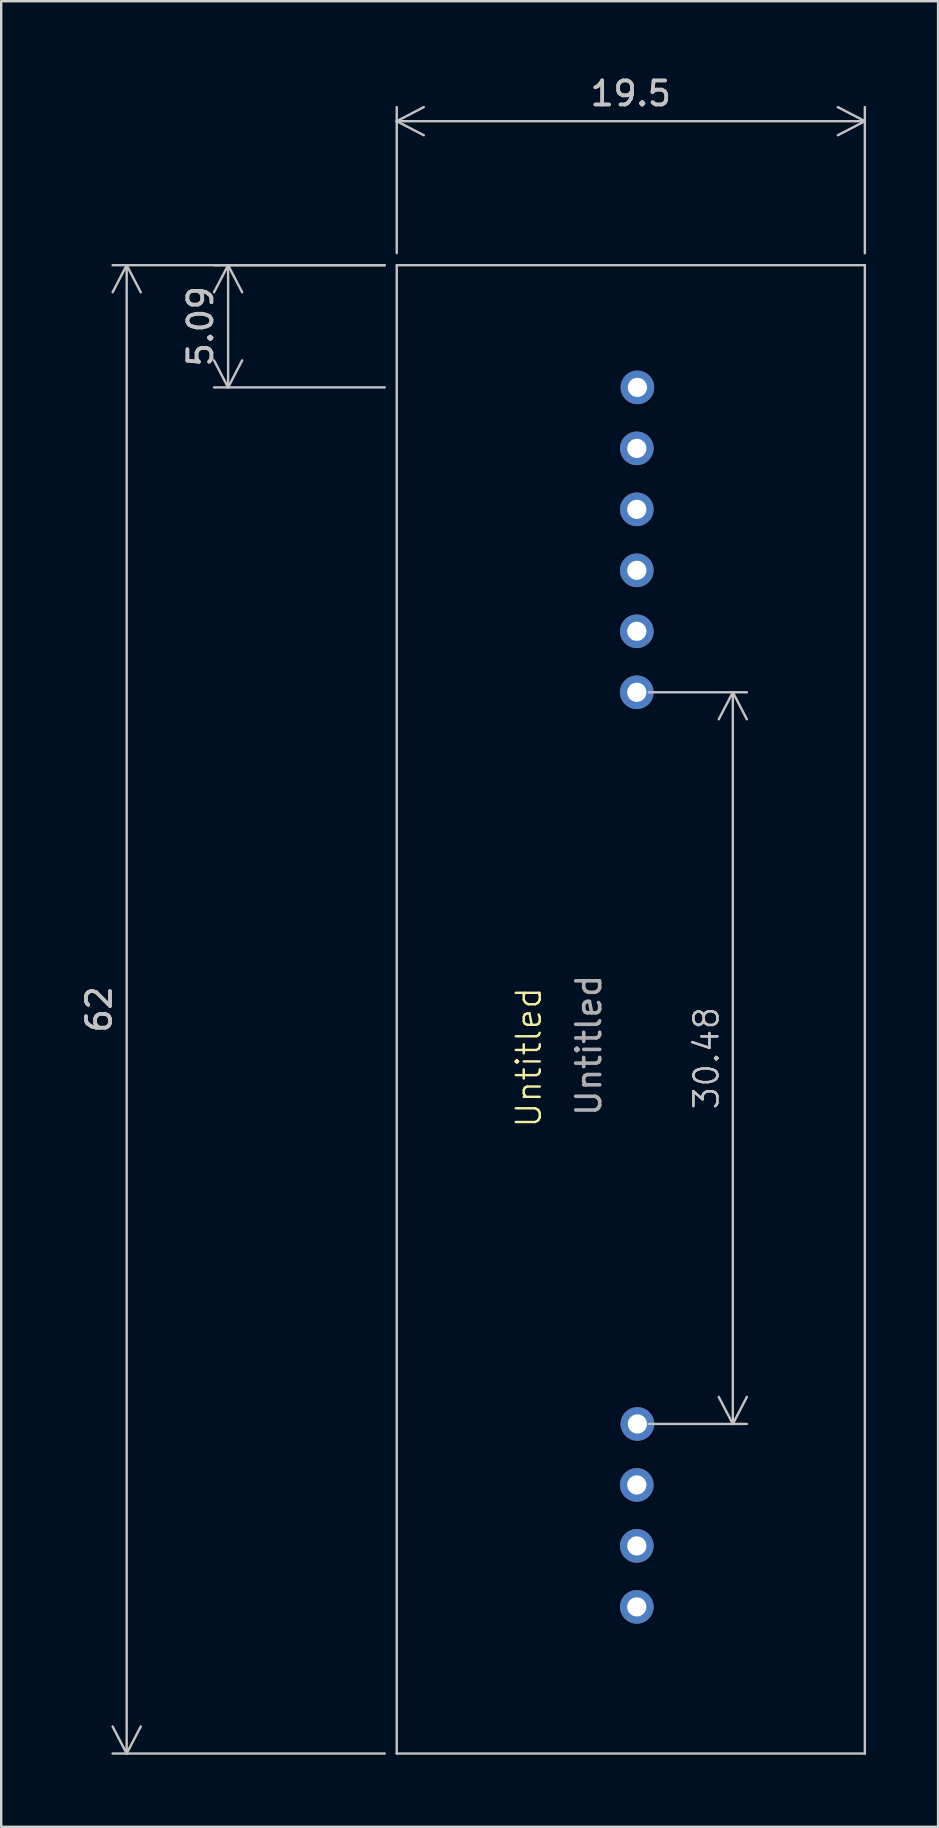
<source format=kicad_pcb>
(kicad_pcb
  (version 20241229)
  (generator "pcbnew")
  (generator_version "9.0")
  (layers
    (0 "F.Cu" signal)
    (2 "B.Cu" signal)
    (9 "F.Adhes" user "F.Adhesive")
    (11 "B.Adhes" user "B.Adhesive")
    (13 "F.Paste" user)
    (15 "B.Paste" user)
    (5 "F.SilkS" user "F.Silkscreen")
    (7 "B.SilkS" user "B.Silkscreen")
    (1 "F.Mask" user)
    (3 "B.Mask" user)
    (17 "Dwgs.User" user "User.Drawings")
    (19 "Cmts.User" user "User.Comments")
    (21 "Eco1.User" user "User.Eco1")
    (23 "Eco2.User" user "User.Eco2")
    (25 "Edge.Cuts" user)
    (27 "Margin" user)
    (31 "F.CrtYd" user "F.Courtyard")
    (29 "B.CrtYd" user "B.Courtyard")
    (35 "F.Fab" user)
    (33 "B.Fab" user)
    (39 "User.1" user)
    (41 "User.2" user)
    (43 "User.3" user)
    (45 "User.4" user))
  (footprint "Untitled"
    (layer "F.Cu")
    (at 23.477 23.248)
    (property "Reference" "Untitled" (at -4.5 17.75 90) (unlocked yes) (layer "F.SilkS") (effects (font (size 1 1) (thickness 0.1))))
    (attr through_hole)
    (fp_line (start -10 -15.25) (end 9.5 -15.25) (stroke (width 0.1) (type default)) (layer "Dwgs.User"))
    (fp_line (start -10 46.75) (end -10 -15.25) (stroke (width 0.1) (type default)) (layer "Dwgs.User"))
    (fp_line (start -10 46.75) (end 9.5 46.75) (stroke (width 0.1) (type default)) (layer "Dwgs.User"))
    (fp_line (start 9.5 46.75) (end 9.5 -15.25) (stroke (width 0.1) (type default)) (layer "Dwgs.User"))
    (fp_text user "${REFERENCE}" (at -2 17.25 90) (unlocked yes) (layer "F.Fab") (effects (font (size 1 1) (thickness 0.15))))
    (dimension (type orthogonal) (layer "Dwgs.User") (pts (xy 32.977 7.998) (xy 13.477 7.998)) (height -6) (orientation 0) (format (prefix "") (suffix "") (units 3) (units_format 0) (precision 4) (suppress_zeroes yes)) (style (thickness 0.1) (arrow_length 1.27) (text_position_mode 0) (arrow_direction outward) (extension_height 0.586) (extension_offset 0.5) (keep_text_aligned yes)) (gr_text "19.5" (at 23.227 0.848 0) (layer "Dwgs.User") (effects (font (size 1 1) (thickness 0.15)))))
    (dimension (type orthogonal) (layer "Dwgs.User") (pts (xy 13.477 13.088) (xy 13.477 7.998)) (height -7.025) (orientation 1) (format (prefix "") (suffix "") (units 3) (units_format 0) (precision 4) (suppress_zeroes yes)) (style (thickness 0.1) (arrow_length 1.27) (text_position_mode 0) (arrow_direction outward) (extension_height 0.586) (extension_offset 0.5) (keep_text_aligned yes)) (gr_text "5.09" (at 5.302 10.543 90) (layer "Dwgs.User") (effects (font (size 1 1) (thickness 0.15)))))
    (dimension (type orthogonal) (layer "Dwgs.User") (pts (xy 13.477 7.998) (xy 13.477 69.998)) (height -11.25) (orientation 1) (format (prefix "") (suffix "") (units 3) (units_format 0) (precision 4) (suppress_zeroes yes)) (style (thickness 0.1) (arrow_length 1.27) (text_position_mode 0) (arrow_direction outward) (extension_height 0.586) (extension_offset 0.5) (keep_text_aligned yes)) (gr_text "62" (at 1.077 38.998 90) (layer "Dwgs.User") (effects (font (size 1 1) (thickness 0.15)))))
    (dimension (type orthogonal) (layer "Dwgs.User") (pts (xy 23.477 25.788) (xy 23.477 56.268)) (height 4) (orientation 1) (format (prefix "") (suffix "") (units 3) (units_format 0) (precision 4) (suppress_zeroes yes)) (style (thickness 0.1) (arrow_length 1.27) (text_position_mode 0) (arrow_direction outward) (extension_height 0.586) (extension_offset 0.5) (keep_text_aligned yes)) (gr_text "30.48" (at 26.377 41.028 90) (layer "Dwgs.User") (effects (font (size 1 1) (thickness 0.1)))))
    (pad "1" thru_hole circle (at 0.025 -10.16) (size 1.4 1.4) (drill 0.8) (layers "*.Cu" "*.Mask"))
    (pad "2" thru_hole circle (at 0 -7.62) (size 1.4 1.4) (drill 0.8) (layers "*.Cu" "*.Mask"))
    (pad "3" thru_hole circle (at 0 -5.08) (size 1.4 1.4) (drill 0.8) (layers "*.Cu" "*.Mask"))
    (pad "4" thru_hole circle (at 0 -2.54) (size 1.4 1.4) (drill 0.8) (layers "*.Cu" "*.Mask"))
    (pad "5" thru_hole circle (at 0 0) (size 1.4 1.4) (drill 0.8) (layers "*.Cu" "*.Mask"))
    (pad "6" thru_hole circle (at 0 2.54) (size 1.4 1.4) (drill 0.8) (layers "*.Cu" "*.Mask"))
    (pad "7" thru_hole circle (at 0.025 33.02) (size 1.4 1.4) (drill 0.8) (layers "*.Cu" "*.Mask"))
    (pad "8" thru_hole circle (at 0 35.56) (size 1.4 1.4) (drill 0.8) (layers "*.Cu" "*.Mask"))
    (pad "9" thru_hole circle (at 0 38.1) (size 1.4 1.4) (drill 0.8) (layers "*.Cu" "*.Mask"))
    (pad "10" thru_hole circle (at 0 40.64) (size 1.4 1.4) (drill 0.8) (layers "*.Cu" "*.Mask")))
  (gr_rect
    (start -3 -3)
    (end 36.027 73.048)
    (stroke (width 0.1) (type default))
    (fill no)
    (layer "Edge.Cuts")))
</source>
